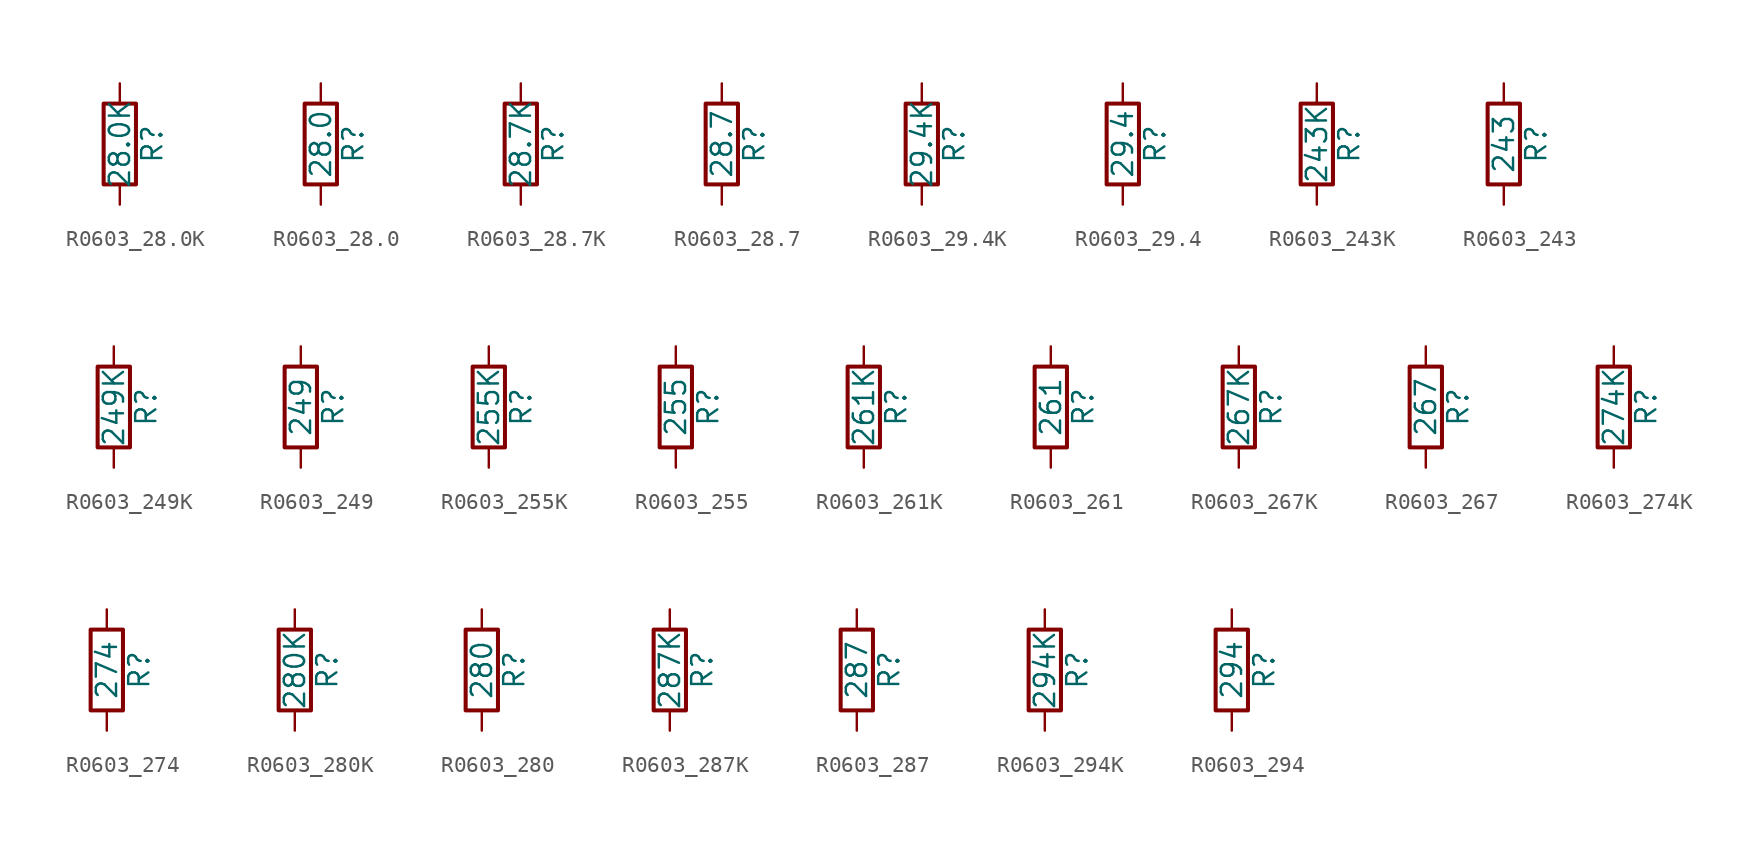
<source format=kicad_sym>
(kicad_symbol_lib
  (version 20211014)
  (generator atlantix-eda)
  (symbol "R0603_28.0K"
    (pin_numbers hide)
    (pin_names
      (offset 0))
    (property "Reference" "R"
      (at 2.032 0 90)
      (effects (font (size 1.27 1.27))))
    (property "Value" "28.0K"
      (at 0 0 90)
      (effects (font (size 1.27 1.27))))
    (symbol "R0603_28.0K_0_1"
      (rectangle (start -1.016 -2.54) (end 1.016 2.54) (stroke (width 0.254) (type default) (color 0 0 0 0)) (fill (type none))))
    (symbol "R0603_28.0K_1_1"
      (pin passive line (at 0 3.81 270) (length 1.27) (name "~" (effects (font (size 1.27 1.27)))) (number "1" (effects (font (size 1.27 1.27)))))
      (pin passive line (at 0 -3.81 90) (length 1.27) (name "~" (effects (font (size 1.27 1.27)))) (number "2" (effects (font (size 1.27 1.27)))))))
  (symbol "R0603_28.0"
    (pin_numbers hide)
    (pin_names
      (offset 0))
    (property "Reference" "R"
      (at 2.032 0 90)
      (effects (font (size 1.27 1.27))))
    (property "Value" "28.0"
      (at 0 0 90)
      (effects (font (size 1.27 1.27))))
    (symbol "R0603_28.0_0_1"
      (rectangle (start -1.016 -2.54) (end 1.016 2.54) (stroke (width 0.254) (type default) (color 0 0 0 0)) (fill (type none))))
    (symbol "R0603_28.0_1_1"
      (pin passive line (at 0 3.81 270) (length 1.27) (name "~" (effects (font (size 1.27 1.27)))) (number "1" (effects (font (size 1.27 1.27)))))
      (pin passive line (at 0 -3.81 90) (length 1.27) (name "~" (effects (font (size 1.27 1.27)))) (number "2" (effects (font (size 1.27 1.27)))))))
  (symbol "R0603_28.7K"
    (pin_numbers hide)
    (pin_names
      (offset 0))
    (property "Reference" "R"
      (at 2.032 0 90)
      (effects (font (size 1.27 1.27))))
    (property "Value" "28.7K"
      (at 0 0 90)
      (effects (font (size 1.27 1.27))))
    (symbol "R0603_28.7K_0_1"
      (rectangle (start -1.016 -2.54) (end 1.016 2.54) (stroke (width 0.254) (type default) (color 0 0 0 0)) (fill (type none))))
    (symbol "R0603_28.7K_1_1"
      (pin passive line (at 0 3.81 270) (length 1.27) (name "~" (effects (font (size 1.27 1.27)))) (number "1" (effects (font (size 1.27 1.27)))))
      (pin passive line (at 0 -3.81 90) (length 1.27) (name "~" (effects (font (size 1.27 1.27)))) (number "2" (effects (font (size 1.27 1.27)))))))
  (symbol "R0603_28.7"
    (pin_numbers hide)
    (pin_names
      (offset 0))
    (property "Reference" "R"
      (at 2.032 0 90)
      (effects (font (size 1.27 1.27))))
    (property "Value" "28.7"
      (at 0 0 90)
      (effects (font (size 1.27 1.27))))
    (symbol "R0603_28.7_0_1"
      (rectangle (start -1.016 -2.54) (end 1.016 2.54) (stroke (width 0.254) (type default) (color 0 0 0 0)) (fill (type none))))
    (symbol "R0603_28.7_1_1"
      (pin passive line (at 0 3.81 270) (length 1.27) (name "~" (effects (font (size 1.27 1.27)))) (number "1" (effects (font (size 1.27 1.27)))))
      (pin passive line (at 0 -3.81 90) (length 1.27) (name "~" (effects (font (size 1.27 1.27)))) (number "2" (effects (font (size 1.27 1.27)))))))
  (symbol "R0603_29.4K"
    (pin_numbers hide)
    (pin_names
      (offset 0))
    (property "Reference" "R"
      (at 2.032 0 90)
      (effects (font (size 1.27 1.27))))
    (property "Value" "29.4K"
      (at 0 0 90)
      (effects (font (size 1.27 1.27))))
    (symbol "R0603_29.4K_0_1"
      (rectangle (start -1.016 -2.54) (end 1.016 2.54) (stroke (width 0.254) (type default) (color 0 0 0 0)) (fill (type none))))
    (symbol "R0603_29.4K_1_1"
      (pin passive line (at 0 3.81 270) (length 1.27) (name "~" (effects (font (size 1.27 1.27)))) (number "1" (effects (font (size 1.27 1.27)))))
      (pin passive line (at 0 -3.81 90) (length 1.27) (name "~" (effects (font (size 1.27 1.27)))) (number "2" (effects (font (size 1.27 1.27)))))))
  (symbol "R0603_29.4"
    (pin_numbers hide)
    (pin_names
      (offset 0))
    (property "Reference" "R"
      (at 2.032 0 90)
      (effects (font (size 1.27 1.27))))
    (property "Value" "29.4"
      (at 0 0 90)
      (effects (font (size 1.27 1.27))))
    (symbol "R0603_29.4_0_1"
      (rectangle (start -1.016 -2.54) (end 1.016 2.54) (stroke (width 0.254) (type default) (color 0 0 0 0)) (fill (type none))))
    (symbol "R0603_29.4_1_1"
      (pin passive line (at 0 3.81 270) (length 1.27) (name "~" (effects (font (size 1.27 1.27)))) (number "1" (effects (font (size 1.27 1.27)))))
      (pin passive line (at 0 -3.81 90) (length 1.27) (name "~" (effects (font (size 1.27 1.27)))) (number "2" (effects (font (size 1.27 1.27)))))))
  (symbol "R0603_243K"
    (pin_numbers hide)
    (pin_names
      (offset 0))
    (property "Reference" "R"
      (at 2.032 0 90)
      (effects (font (size 1.27 1.27))))
    (property "Value" "243K"
      (at 0 0 90)
      (effects (font (size 1.27 1.27))))
    (symbol "R0603_243K_0_1"
      (rectangle (start -1.016 -2.54) (end 1.016 2.54) (stroke (width 0.254) (type default) (color 0 0 0 0)) (fill (type none))))
    (symbol "R0603_243K_1_1"
      (pin passive line (at 0 3.81 270) (length 1.27) (name "~" (effects (font (size 1.27 1.27)))) (number "1" (effects (font (size 1.27 1.27)))))
      (pin passive line (at 0 -3.81 90) (length 1.27) (name "~" (effects (font (size 1.27 1.27)))) (number "2" (effects (font (size 1.27 1.27)))))))
  (symbol "R0603_243"
    (pin_numbers hide)
    (pin_names
      (offset 0))
    (property "Reference" "R"
      (at 2.032 0 90)
      (effects (font (size 1.27 1.27))))
    (property "Value" "243"
      (at 0 0 90)
      (effects (font (size 1.27 1.27))))
    (symbol "R0603_243_0_1"
      (rectangle (start -1.016 -2.54) (end 1.016 2.54) (stroke (width 0.254) (type default) (color 0 0 0 0)) (fill (type none))))
    (symbol "R0603_243_1_1"
      (pin passive line (at 0 3.81 270) (length 1.27) (name "~" (effects (font (size 1.27 1.27)))) (number "1" (effects (font (size 1.27 1.27)))))
      (pin passive line (at 0 -3.81 90) (length 1.27) (name "~" (effects (font (size 1.27 1.27)))) (number "2" (effects (font (size 1.27 1.27)))))))
  (symbol "R0603_249K"
    (pin_numbers hide)
    (pin_names
      (offset 0))
    (property "Reference" "R"
      (at 2.032 0 90)
      (effects (font (size 1.27 1.27))))
    (property "Value" "249K"
      (at 0 0 90)
      (effects (font (size 1.27 1.27))))
    (symbol "R0603_249K_0_1"
      (rectangle (start -1.016 -2.54) (end 1.016 2.54) (stroke (width 0.254) (type default) (color 0 0 0 0)) (fill (type none))))
    (symbol "R0603_249K_1_1"
      (pin passive line (at 0 3.81 270) (length 1.27) (name "~" (effects (font (size 1.27 1.27)))) (number "1" (effects (font (size 1.27 1.27)))))
      (pin passive line (at 0 -3.81 90) (length 1.27) (name "~" (effects (font (size 1.27 1.27)))) (number "2" (effects (font (size 1.27 1.27)))))))
  (symbol "R0603_249"
    (pin_numbers hide)
    (pin_names
      (offset 0))
    (property "Reference" "R"
      (at 2.032 0 90)
      (effects (font (size 1.27 1.27))))
    (property "Value" "249"
      (at 0 0 90)
      (effects (font (size 1.27 1.27))))
    (symbol "R0603_249_0_1"
      (rectangle (start -1.016 -2.54) (end 1.016 2.54) (stroke (width 0.254) (type default) (color 0 0 0 0)) (fill (type none))))
    (symbol "R0603_249_1_1"
      (pin passive line (at 0 3.81 270) (length 1.27) (name "~" (effects (font (size 1.27 1.27)))) (number "1" (effects (font (size 1.27 1.27)))))
      (pin passive line (at 0 -3.81 90) (length 1.27) (name "~" (effects (font (size 1.27 1.27)))) (number "2" (effects (font (size 1.27 1.27)))))))
  (symbol "R0603_255K"
    (pin_numbers hide)
    (pin_names
      (offset 0))
    (property "Reference" "R"
      (at 2.032 0 90)
      (effects (font (size 1.27 1.27))))
    (property "Value" "255K"
      (at 0 0 90)
      (effects (font (size 1.27 1.27))))
    (symbol "R0603_255K_0_1"
      (rectangle (start -1.016 -2.54) (end 1.016 2.54) (stroke (width 0.254) (type default) (color 0 0 0 0)) (fill (type none))))
    (symbol "R0603_255K_1_1"
      (pin passive line (at 0 3.81 270) (length 1.27) (name "~" (effects (font (size 1.27 1.27)))) (number "1" (effects (font (size 1.27 1.27)))))
      (pin passive line (at 0 -3.81 90) (length 1.27) (name "~" (effects (font (size 1.27 1.27)))) (number "2" (effects (font (size 1.27 1.27)))))))
  (symbol "R0603_255"
    (pin_numbers hide)
    (pin_names
      (offset 0))
    (property "Reference" "R"
      (at 2.032 0 90)
      (effects (font (size 1.27 1.27))))
    (property "Value" "255"
      (at 0 0 90)
      (effects (font (size 1.27 1.27))))
    (symbol "R0603_255_0_1"
      (rectangle (start -1.016 -2.54) (end 1.016 2.54) (stroke (width 0.254) (type default) (color 0 0 0 0)) (fill (type none))))
    (symbol "R0603_255_1_1"
      (pin passive line (at 0 3.81 270) (length 1.27) (name "~" (effects (font (size 1.27 1.27)))) (number "1" (effects (font (size 1.27 1.27)))))
      (pin passive line (at 0 -3.81 90) (length 1.27) (name "~" (effects (font (size 1.27 1.27)))) (number "2" (effects (font (size 1.27 1.27)))))))
  (symbol "R0603_261K"
    (pin_numbers hide)
    (pin_names
      (offset 0))
    (property "Reference" "R"
      (at 2.032 0 90)
      (effects (font (size 1.27 1.27))))
    (property "Value" "261K"
      (at 0 0 90)
      (effects (font (size 1.27 1.27))))
    (symbol "R0603_261K_0_1"
      (rectangle (start -1.016 -2.54) (end 1.016 2.54) (stroke (width 0.254) (type default) (color 0 0 0 0)) (fill (type none))))
    (symbol "R0603_261K_1_1"
      (pin passive line (at 0 3.81 270) (length 1.27) (name "~" (effects (font (size 1.27 1.27)))) (number "1" (effects (font (size 1.27 1.27)))))
      (pin passive line (at 0 -3.81 90) (length 1.27) (name "~" (effects (font (size 1.27 1.27)))) (number "2" (effects (font (size 1.27 1.27)))))))
  (symbol "R0603_261"
    (pin_numbers hide)
    (pin_names
      (offset 0))
    (property "Reference" "R"
      (at 2.032 0 90)
      (effects (font (size 1.27 1.27))))
    (property "Value" "261"
      (at 0 0 90)
      (effects (font (size 1.27 1.27))))
    (symbol "R0603_261_0_1"
      (rectangle (start -1.016 -2.54) (end 1.016 2.54) (stroke (width 0.254) (type default) (color 0 0 0 0)) (fill (type none))))
    (symbol "R0603_261_1_1"
      (pin passive line (at 0 3.81 270) (length 1.27) (name "~" (effects (font (size 1.27 1.27)))) (number "1" (effects (font (size 1.27 1.27)))))
      (pin passive line (at 0 -3.81 90) (length 1.27) (name "~" (effects (font (size 1.27 1.27)))) (number "2" (effects (font (size 1.27 1.27)))))))
  (symbol "R0603_267K"
    (pin_numbers hide)
    (pin_names
      (offset 0))
    (property "Reference" "R"
      (at 2.032 0 90)
      (effects (font (size 1.27 1.27))))
    (property "Value" "267K"
      (at 0 0 90)
      (effects (font (size 1.27 1.27))))
    (symbol "R0603_267K_0_1"
      (rectangle (start -1.016 -2.54) (end 1.016 2.54) (stroke (width 0.254) (type default) (color 0 0 0 0)) (fill (type none))))
    (symbol "R0603_267K_1_1"
      (pin passive line (at 0 3.81 270) (length 1.27) (name "~" (effects (font (size 1.27 1.27)))) (number "1" (effects (font (size 1.27 1.27)))))
      (pin passive line (at 0 -3.81 90) (length 1.27) (name "~" (effects (font (size 1.27 1.27)))) (number "2" (effects (font (size 1.27 1.27)))))))
  (symbol "R0603_267"
    (pin_numbers hide)
    (pin_names
      (offset 0))
    (property "Reference" "R"
      (at 2.032 0 90)
      (effects (font (size 1.27 1.27))))
    (property "Value" "267"
      (at 0 0 90)
      (effects (font (size 1.27 1.27))))
    (symbol "R0603_267_0_1"
      (rectangle (start -1.016 -2.54) (end 1.016 2.54) (stroke (width 0.254) (type default) (color 0 0 0 0)) (fill (type none))))
    (symbol "R0603_267_1_1"
      (pin passive line (at 0 3.81 270) (length 1.27) (name "~" (effects (font (size 1.27 1.27)))) (number "1" (effects (font (size 1.27 1.27)))))
      (pin passive line (at 0 -3.81 90) (length 1.27) (name "~" (effects (font (size 1.27 1.27)))) (number "2" (effects (font (size 1.27 1.27)))))))
  (symbol "R0603_274K"
    (pin_numbers hide)
    (pin_names
      (offset 0))
    (property "Reference" "R"
      (at 2.032 0 90)
      (effects (font (size 1.27 1.27))))
    (property "Value" "274K"
      (at 0 0 90)
      (effects (font (size 1.27 1.27))))
    (symbol "R0603_274K_0_1"
      (rectangle (start -1.016 -2.54) (end 1.016 2.54) (stroke (width 0.254) (type default) (color 0 0 0 0)) (fill (type none))))
    (symbol "R0603_274K_1_1"
      (pin passive line (at 0 3.81 270) (length 1.27) (name "~" (effects (font (size 1.27 1.27)))) (number "1" (effects (font (size 1.27 1.27)))))
      (pin passive line (at 0 -3.81 90) (length 1.27) (name "~" (effects (font (size 1.27 1.27)))) (number "2" (effects (font (size 1.27 1.27)))))))
  (symbol "R0603_274"
    (pin_numbers hide)
    (pin_names
      (offset 0))
    (property "Reference" "R"
      (at 2.032 0 90)
      (effects (font (size 1.27 1.27))))
    (property "Value" "274"
      (at 0 0 90)
      (effects (font (size 1.27 1.27))))
    (symbol "R0603_274_0_1"
      (rectangle (start -1.016 -2.54) (end 1.016 2.54) (stroke (width 0.254) (type default) (color 0 0 0 0)) (fill (type none))))
    (symbol "R0603_274_1_1"
      (pin passive line (at 0 3.81 270) (length 1.27) (name "~" (effects (font (size 1.27 1.27)))) (number "1" (effects (font (size 1.27 1.27)))))
      (pin passive line (at 0 -3.81 90) (length 1.27) (name "~" (effects (font (size 1.27 1.27)))) (number "2" (effects (font (size 1.27 1.27)))))))
  (symbol "R0603_280K"
    (pin_numbers hide)
    (pin_names
      (offset 0))
    (property "Reference" "R"
      (at 2.032 0 90)
      (effects (font (size 1.27 1.27))))
    (property "Value" "280K"
      (at 0 0 90)
      (effects (font (size 1.27 1.27))))
    (symbol "R0603_280K_0_1"
      (rectangle (start -1.016 -2.54) (end 1.016 2.54) (stroke (width 0.254) (type default) (color 0 0 0 0)) (fill (type none))))
    (symbol "R0603_280K_1_1"
      (pin passive line (at 0 3.81 270) (length 1.27) (name "~" (effects (font (size 1.27 1.27)))) (number "1" (effects (font (size 1.27 1.27)))))
      (pin passive line (at 0 -3.81 90) (length 1.27) (name "~" (effects (font (size 1.27 1.27)))) (number "2" (effects (font (size 1.27 1.27)))))))
  (symbol "R0603_280"
    (pin_numbers hide)
    (pin_names
      (offset 0))
    (property "Reference" "R"
      (at 2.032 0 90)
      (effects (font (size 1.27 1.27))))
    (property "Value" "280"
      (at 0 0 90)
      (effects (font (size 1.27 1.27))))
    (symbol "R0603_280_0_1"
      (rectangle (start -1.016 -2.54) (end 1.016 2.54) (stroke (width 0.254) (type default) (color 0 0 0 0)) (fill (type none))))
    (symbol "R0603_280_1_1"
      (pin passive line (at 0 3.81 270) (length 1.27) (name "~" (effects (font (size 1.27 1.27)))) (number "1" (effects (font (size 1.27 1.27)))))
      (pin passive line (at 0 -3.81 90) (length 1.27) (name "~" (effects (font (size 1.27 1.27)))) (number "2" (effects (font (size 1.27 1.27)))))))
  (symbol "R0603_287K"
    (pin_numbers hide)
    (pin_names
      (offset 0))
    (property "Reference" "R"
      (at 2.032 0 90)
      (effects (font (size 1.27 1.27))))
    (property "Value" "287K"
      (at 0 0 90)
      (effects (font (size 1.27 1.27))))
    (symbol "R0603_287K_0_1"
      (rectangle (start -1.016 -2.54) (end 1.016 2.54) (stroke (width 0.254) (type default) (color 0 0 0 0)) (fill (type none))))
    (symbol "R0603_287K_1_1"
      (pin passive line (at 0 3.81 270) (length 1.27) (name "~" (effects (font (size 1.27 1.27)))) (number "1" (effects (font (size 1.27 1.27)))))
      (pin passive line (at 0 -3.81 90) (length 1.27) (name "~" (effects (font (size 1.27 1.27)))) (number "2" (effects (font (size 1.27 1.27)))))))
  (symbol "R0603_287"
    (pin_numbers hide)
    (pin_names
      (offset 0))
    (property "Reference" "R"
      (at 2.032 0 90)
      (effects (font (size 1.27 1.27))))
    (property "Value" "287"
      (at 0 0 90)
      (effects (font (size 1.27 1.27))))
    (symbol "R0603_287_0_1"
      (rectangle (start -1.016 -2.54) (end 1.016 2.54) (stroke (width 0.254) (type default) (color 0 0 0 0)) (fill (type none))))
    (symbol "R0603_287_1_1"
      (pin passive line (at 0 3.81 270) (length 1.27) (name "~" (effects (font (size 1.27 1.27)))) (number "1" (effects (font (size 1.27 1.27)))))
      (pin passive line (at 0 -3.81 90) (length 1.27) (name "~" (effects (font (size 1.27 1.27)))) (number "2" (effects (font (size 1.27 1.27)))))))
  (symbol "R0603_294K"
    (pin_numbers hide)
    (pin_names
      (offset 0))
    (property "Reference" "R"
      (at 2.032 0 90)
      (effects (font (size 1.27 1.27))))
    (property "Value" "294K"
      (at 0 0 90)
      (effects (font (size 1.27 1.27))))
    (symbol "R0603_294K_0_1"
      (rectangle (start -1.016 -2.54) (end 1.016 2.54) (stroke (width 0.254) (type default) (color 0 0 0 0)) (fill (type none))))
    (symbol "R0603_294K_1_1"
      (pin passive line (at 0 3.81 270) (length 1.27) (name "~" (effects (font (size 1.27 1.27)))) (number "1" (effects (font (size 1.27 1.27)))))
      (pin passive line (at 0 -3.81 90) (length 1.27) (name "~" (effects (font (size 1.27 1.27)))) (number "2" (effects (font (size 1.27 1.27)))))))
  (symbol "R0603_294"
    (pin_numbers hide)
    (pin_names
      (offset 0))
    (property "Reference" "R"
      (at 2.032 0 90)
      (effects (font (size 1.27 1.27))))
    (property "Value" "294"
      (at 0 0 90)
      (effects (font (size 1.27 1.27))))
    (symbol "R0603_294_0_1"
      (rectangle (start -1.016 -2.54) (end 1.016 2.54) (stroke (width 0.254) (type default) (color 0 0 0 0)) (fill (type none))))
    (symbol "R0603_294_1_1"
      (pin passive line (at 0 3.81 270) (length 1.27) (name "~" (effects (font (size 1.27 1.27)))) (number "1" (effects (font (size 1.27 1.27)))))
      (pin passive line (at 0 -3.81 90) (length 1.27) (name "~" (effects (font (size 1.27 1.27)))) (number "2" (effects (font (size 1.27 1.27))))))))
</source>
